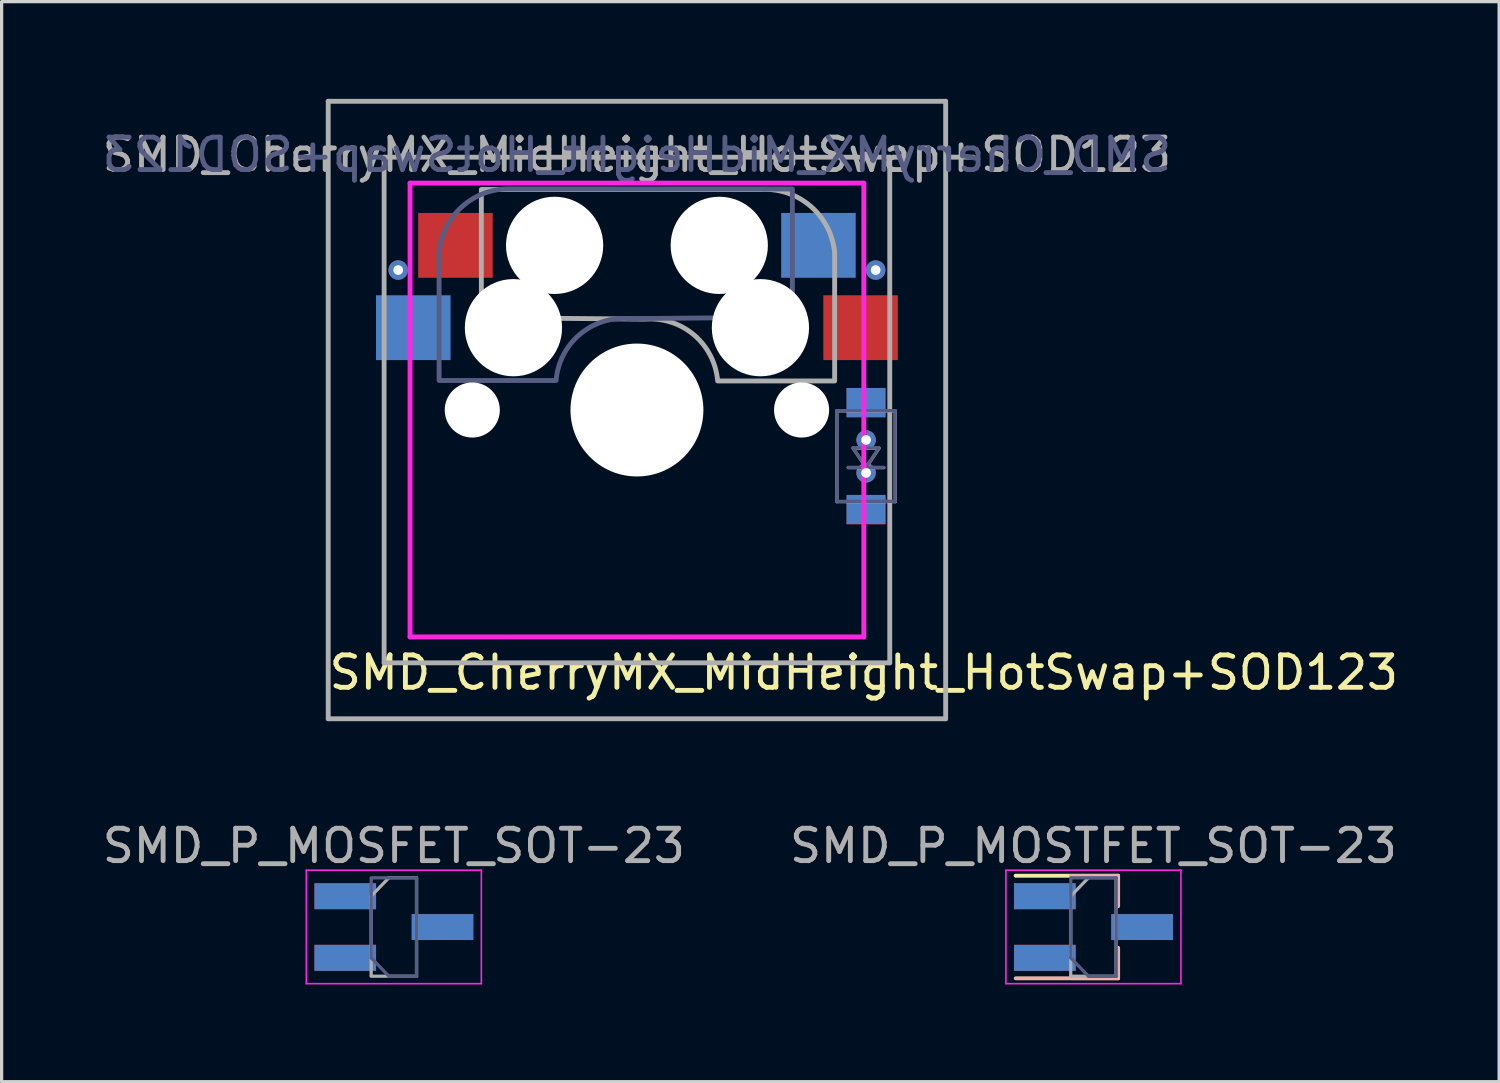
<source format=kicad_pcb>
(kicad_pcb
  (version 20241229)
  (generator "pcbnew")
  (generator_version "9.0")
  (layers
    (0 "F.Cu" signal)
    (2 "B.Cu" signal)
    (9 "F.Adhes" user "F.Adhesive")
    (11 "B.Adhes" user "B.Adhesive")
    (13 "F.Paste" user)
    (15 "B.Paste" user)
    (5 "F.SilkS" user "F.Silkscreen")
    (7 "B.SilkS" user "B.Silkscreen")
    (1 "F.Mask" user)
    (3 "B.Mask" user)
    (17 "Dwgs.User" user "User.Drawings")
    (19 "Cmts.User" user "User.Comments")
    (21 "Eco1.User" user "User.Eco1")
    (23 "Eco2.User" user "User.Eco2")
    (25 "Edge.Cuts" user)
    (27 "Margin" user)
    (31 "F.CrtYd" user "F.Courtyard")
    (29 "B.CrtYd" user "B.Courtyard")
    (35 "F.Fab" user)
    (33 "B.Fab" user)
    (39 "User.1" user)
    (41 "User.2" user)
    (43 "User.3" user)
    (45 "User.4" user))
  (footprint "SMD_P_MOSFET_SOT-23"
    (layer "F.Cu")
    (at 9.101 25.548)
    (property "Reference" "SMD_P_MOSFET_SOT-23" (at 0 -2.5 0) (layer "F.Fab") (effects (font (size 1 1) (thickness 0.15))))
    (attr smd)
    (fp_line (start -2.7 -1.75) (end 2.7 -1.75) (stroke (width 0.05) (type solid)) (layer "F.CrtYd"))
    (fp_line (start -2.7 1.75) (end -2.7 -1.75) (stroke (width 0.05) (type solid)) (layer "F.CrtYd"))
    (fp_line (start 2.7 -1.75) (end 2.7 1.75) (stroke (width 0.05) (type solid)) (layer "F.CrtYd"))
    (fp_line (start 2.7 1.75) (end -2.7 1.75) (stroke (width 0.05) (type solid)) (layer "F.CrtYd"))
    (fp_line (start -0.698 -1.515) (end 0.702 -1.515) (stroke (width 0.1) (type solid)) (layer "B.Fab"))
    (fp_line (start -0.698 0.955) (end -0.698 -1.495) (stroke (width 0.1) (type solid)) (layer "B.Fab"))
    (fp_line (start -0.698 0.955) (end -0.148 1.525) (stroke (width 0.1) (type solid)) (layer "B.Fab"))
    (fp_line (start -0.148 1.525) (end 0.702 1.525) (stroke (width 0.1) (type solid)) (layer "B.Fab"))
    (fp_line (start 0.702 1.525) (end 0.702 -1.515) (stroke (width 0.1) (type solid)) (layer "B.Fab"))
    (fp_line (start -0.7 -0.95) (end -0.7 1.5) (stroke (width 0.1) (type solid)) (layer "F.Fab"))
    (fp_line (start -0.7 -0.95) (end -0.15 -1.52) (stroke (width 0.1) (type solid)) (layer "F.Fab"))
    (fp_line (start -0.7 1.52) (end 0.7 1.52) (stroke (width 0.1) (type solid)) (layer "F.Fab"))
    (fp_line (start -0.15 -1.52) (end 0.7 -1.52) (stroke (width 0.1) (type solid)) (layer "F.Fab"))
    (fp_line (start 0.7 -1.52) (end 0.7 1.52) (stroke (width 0.1) (type solid)) (layer "F.Fab"))
    (pad "1" smd rect (at -1.5 -0.95) (size 1.9 0.8) (layers "F.Cu" "F.Mask" "F.Paste"))
    (pad "1" smd rect (at -1.498 0.955 180) (size 1.9 0.8) (layers "B.Cu" "B.Mask" "B.Paste"))
    (pad "2" smd rect (at -1.5 0.95) (size 1.9 0.8) (layers "F.Cu" "F.Mask" "F.Paste"))
    (pad "2" smd rect (at -1.498 -0.945 180) (size 1.9 0.8) (layers "B.Cu" "B.Mask" "B.Paste"))
    (pad "3" smd rect (at 1.5 0) (size 1.9 0.8) (layers "F.Cu" "F.Mask" "F.Paste"))
    (pad "3" smd rect (at 1.502 0.005 180) (size 1.9 0.8) (layers "B.Cu" "B.Mask" "B.Paste")))
  (footprint "SMD_P_MOSTFET_SOT-23"
    (layer "F.Cu")
    (at 30.685 25.548)
    (property "Reference" "SMD_P_MOSTFET_SOT-23" (at 0 -2.5 0) (layer "F.Fab") (effects (font (size 1 1) (thickness 0.15))))
    (attr smd)
    (fp_line (start 0.76 -1.58) (end -2.4 -1.58) (stroke (width 0.12) (type solid)) (layer "F.SilkS"))
    (fp_line (start 0.76 -1.58) (end 0.76 -0.65) (stroke (width 0.12) (type solid)) (layer "F.SilkS"))
    (fp_line (start 0.76 1.58) (end -0.7 1.58) (stroke (width 0.12) (type solid)) (layer "F.SilkS"))
    (fp_line (start 0.76 1.58) (end 0.76 0.65) (stroke (width 0.12) (type solid)) (layer "F.SilkS"))
    (fp_line (start 0.762 -1.575) (end -0.698 -1.575) (stroke (width 0.12) (type solid)) (layer "B.SilkS"))
    (fp_line (start 0.762 -1.575) (end 0.762 -0.645) (stroke (width 0.12) (type solid)) (layer "B.SilkS"))
    (fp_line (start 0.762 1.585) (end -2.398 1.585) (stroke (width 0.12) (type solid)) (layer "B.SilkS"))
    (fp_line (start 0.762 1.585) (end 0.762 0.655) (stroke (width 0.12) (type solid)) (layer "B.SilkS"))
    (fp_line (start -2.7 -1.75) (end 2.7 -1.75) (stroke (width 0.05) (type solid)) (layer "F.CrtYd"))
    (fp_line (start -2.7 1.75) (end -2.7 -1.75) (stroke (width 0.05) (type solid)) (layer "F.CrtYd"))
    (fp_line (start 2.7 -1.75) (end 2.7 1.75) (stroke (width 0.05) (type solid)) (layer "F.CrtYd"))
    (fp_line (start 2.7 1.75) (end -2.7 1.75) (stroke (width 0.05) (type solid)) (layer "F.CrtYd"))
    (fp_line (start -0.698 -1.515) (end 0.702 -1.515) (stroke (width 0.1) (type solid)) (layer "B.Fab"))
    (fp_line (start -0.698 0.955) (end -0.698 -1.495) (stroke (width 0.1) (type solid)) (layer "B.Fab"))
    (fp_line (start -0.698 0.955) (end -0.148 1.525) (stroke (width 0.1) (type solid)) (layer "B.Fab"))
    (fp_line (start -0.148 1.525) (end 0.702 1.525) (stroke (width 0.1) (type solid)) (layer "B.Fab"))
    (fp_line (start 0.702 1.525) (end 0.702 -1.515) (stroke (width 0.1) (type solid)) (layer "B.Fab"))
    (fp_line (start -0.7 -0.95) (end -0.7 1.5) (stroke (width 0.1) (type solid)) (layer "F.Fab"))
    (fp_line (start -0.7 -0.95) (end -0.15 -1.52) (stroke (width 0.1) (type solid)) (layer "F.Fab"))
    (fp_line (start -0.7 1.52) (end 0.7 1.52) (stroke (width 0.1) (type solid)) (layer "F.Fab"))
    (fp_line (start -0.15 -1.52) (end 0.7 -1.52) (stroke (width 0.1) (type solid)) (layer "F.Fab"))
    (fp_line (start 0.7 -1.52) (end 0.7 1.52) (stroke (width 0.1) (type solid)) (layer "F.Fab"))
    (pad "1" smd rect (at -1.5 -0.95) (size 1.9 0.8) (layers "F.Cu" "F.Mask" "F.Paste"))
    (pad "1" smd rect (at -1.498 0.955 180) (size 1.9 0.8) (layers "B.Cu" "B.Mask" "B.Paste"))
    (pad "2" smd rect (at -1.5 0.95) (size 1.9 0.8) (layers "F.Cu" "F.Mask" "F.Paste"))
    (pad "2" smd rect (at -1.498 -0.945 180) (size 1.9 0.8) (layers "B.Cu" "B.Mask" "B.Paste"))
    (pad "3" smd rect (at 1.5 0) (size 1.9 0.8) (layers "F.Cu" "F.Mask" "F.Paste"))
    (pad "3" smd rect (at 1.502 0.005 180) (size 1.9 0.8) (layers "B.Cu" "B.Mask" "B.Paste")))
  (footprint "SMD_CherryMX_MidHeight_HotSwap+SOD123"
    (layer "F.Cu")
    (at 16.601 9.6)
    (property "Reference" "SMD_CherryMX_MidHeight_HotSwap+SOD123" (at 7 8.1 0) (layer "F.SilkS") (effects (font (size 1 1) (thickness 0.15))))
    (attr through_hole)
    (fp_line (start -7 -7) (end 7 -7) (stroke (width 0.15) (type solid)) (layer "F.CrtYd"))
    (fp_line (start -7 7) (end -7 -7) (stroke (width 0.15) (type solid)) (layer "F.CrtYd"))
    (fp_line (start 7 -7) (end 7 7) (stroke (width 0.15) (type solid)) (layer "F.CrtYd"))
    (fp_line (start 7 7) (end -7 7) (stroke (width 0.15) (type solid)) (layer "F.CrtYd"))
    (fp_line (start 6.167 0.019) (end 6.167 2.819) (stroke (width 0.1) (type solid)) (layer "B.Fab"))
    (fp_line (start 6.167 2.819) (end 7.967 2.819) (stroke (width 0.1) (type solid)) (layer "B.Fab"))
    (fp_line (start 6.667 1.169) (end 7.067 1.769) (stroke (width 0.1) (type solid)) (layer "B.Fab"))
    (fp_line (start 7.067 1.169) (end 7.067 0.669) (stroke (width 0.1) (type solid)) (layer "B.Fab"))
    (fp_line (start 7.067 1.769) (end 6.517 1.769) (stroke (width 0.1) (type solid)) (layer "B.Fab"))
    (fp_line (start 7.067 1.769) (end 7.467 1.169) (stroke (width 0.1) (type solid)) (layer "B.Fab"))
    (fp_line (start 7.067 1.769) (end 7.617 1.769) (stroke (width 0.1) (type solid)) (layer "B.Fab"))
    (fp_line (start 7.067 2.169) (end 7.067 1.769) (stroke (width 0.1) (type solid)) (layer "B.Fab"))
    (fp_line (start 7.467 1.169) (end 6.667 1.169) (stroke (width 0.1) (type solid)) (layer "B.Fab"))
    (fp_line (start 7.967 0.019) (end 6.167 0.019) (stroke (width 0.1) (type solid)) (layer "B.Fab"))
    (fp_line (start 7.967 2.819) (end 7.967 0.019) (stroke (width 0.1) (type solid)) (layer "B.Fab"))
    (fp_poly (pts (xy -6.104 -0.911) (arc (start -6.104 -4.8654) (mid -5.362289 -6.303208) (end -3.829 -6.8194)) (xy 4.796 -6.819) (xy 4.796 -2.865) (arc (start -0.254 -2.8194) (mid -1.768403 -2.328431) (end -2.494 -0.9114))) (stroke (width 0.15) (type solid)) (fill no) (layer "B.Fab"))
    (fp_line (start -9.525 -9.525) (end -9.525 9.525) (stroke (width 0.15) (type solid)) (layer "F.Fab"))
    (fp_line (start -9.525 9.525) (end 9.525 9.525) (stroke (width 0.15) (type solid)) (layer "F.Fab"))
    (fp_line (start -7.8 -7.8) (end 7.8 -7.8) (stroke (width 0.15) (type solid)) (layer "F.Fab"))
    (fp_line (start -7.8 7.8) (end -7.8 -7.8) (stroke (width 0.15) (type solid)) (layer "F.Fab"))
    (fp_line (start 6.17 0.028) (end 7.97 0.028) (stroke (width 0.1) (type solid)) (layer "F.Fab"))
    (fp_line (start 6.17 2.828) (end 6.17 0.028) (stroke (width 0.1) (type solid)) (layer "F.Fab"))
    (fp_line (start 6.67 1.178) (end 7.47 1.178) (stroke (width 0.1) (type solid)) (layer "F.Fab"))
    (fp_line (start 7.07 1.178) (end 7.07 0.678) (stroke (width 0.1) (type solid)) (layer "F.Fab"))
    (fp_line (start 7.07 1.778) (end 6.52 1.778) (stroke (width 0.1) (type solid)) (layer "F.Fab"))
    (fp_line (start 7.07 1.778) (end 6.67 1.178) (stroke (width 0.1) (type solid)) (layer "F.Fab"))
    (fp_line (start 7.07 1.778) (end 7.62 1.778) (stroke (width 0.1) (type solid)) (layer "F.Fab"))
    (fp_line (start 7.07 2.178) (end 7.07 1.778) (stroke (width 0.1) (type solid)) (layer "F.Fab"))
    (fp_line (start 7.47 1.178) (end 7.07 1.778) (stroke (width 0.1) (type solid)) (layer "F.Fab"))
    (fp_line (start 7.8 -7.8) (end 7.8 7.8) (stroke (width 0.15) (type solid)) (layer "F.Fab"))
    (fp_line (start 7.8 7.8) (end -7.8 7.8) (stroke (width 0.15) (type solid)) (layer "F.Fab"))
    (fp_line (start 7.97 0.028) (end 7.97 2.828) (stroke (width 0.1) (type solid)) (layer "F.Fab"))
    (fp_line (start 7.97 2.828) (end 6.17 2.828) (stroke (width 0.1) (type solid)) (layer "F.Fab"))
    (fp_line (start 9.525 -9.525) (end -9.525 -9.525) (stroke (width 0.15) (type solid)) (layer "F.Fab"))
    (fp_line (start 9.525 9.525) (end 9.525 -9.525) (stroke (width 0.15) (type solid)) (layer "F.Fab"))
    (fp_poly (pts (xy 6.1 -0.896) (arc (start 6.1 -4.85) (mid 5.358289 -6.287808) (end 3.825 -6.804)) (xy -4.8 -6.804) (xy -4.8 -2.85) (arc (start 0.25 -2.804) (mid 1.764403 -2.313031) (end 2.49 -0.896))) (stroke (width 0.15) (type solid)) (fill no) (layer "F.Fab"))
    (fp_text user "${REFERENCE}" (at 0 -7.874 180) (layer "B.Fab") (effects (font (size 1 1) (thickness 0.15)) (justify mirror)))
    (fp_text user "${REFERENCE}" (at 0 -7.874 0) (layer "F.Fab") (effects (font (size 1 1) (thickness 0.15))))
    (pad "" np_thru_hole circle (at -5.08 0) (size 1.7 1.7) (drill 1.7) (layers "*.Cu" "*.Mask"))
    (pad "" np_thru_hole circle (at -3.81 -2.54 180) (size 3 3) (drill 3) (layers "*.Cu" "*.Mask"))
    (pad "" np_thru_hole circle (at -2.54 -5.08 180) (size 3 3) (drill 3) (layers "*.Cu" "*.Mask"))
    (pad "" np_thru_hole circle (at 0 0 90) (size 4.1 4.1) (drill 4.1) (layers "*.Cu" "*.Mask"))
    (pad "" np_thru_hole circle (at 2.54 -5.08 180) (size 3 3) (drill 3) (layers "*.Cu" "*.Mask"))
    (pad "" np_thru_hole circle (at 3.81 -2.54 180) (size 3 3) (drill 3) (layers "*.Cu" "*.Mask"))
    (pad "" np_thru_hole circle (at 5.08 0) (size 1.7 1.7) (drill 1.7) (layers "*.Cu" "*.Mask"))
    (pad "1" thru_hole circle (at -7.366 -4.318 180) (size 0.6 0.6) (drill 0.3) (layers "*.Cu"))
    (pad "1" smd rect (at -6.9 -2.54 180) (size 2.3 2) (layers "B.Cu" "B.Mask" "B.Paste"))
    (pad "1" smd rect (at -5.6 -5.08 180) (size 2.3 2) (layers "F.Cu" "F.Mask" "F.Paste"))
    (pad "2" smd rect (at 5.6 -5.08 180) (size 2.3 2) (layers "B.Cu" "B.Mask" "B.Paste"))
    (pad "2" smd rect (at 6.9 -2.54 180) (size 2.3 2) (layers "F.Cu" "F.Mask" "F.Paste"))
    (pad "2" smd rect (at 7.067 -0.231 270) (size 0.9 1.2) (layers "B.Cu" "B.Mask" "B.Paste"))
    (pad "2" smd rect (at 7.07 -0.222 90) (size 0.9 1.2) (layers "F.Cu" "F.Mask" "F.Paste"))
    (pad "2" thru_hole circle (at 7.07 0.924 180) (size 0.6 0.6) (drill 0.3) (layers "*.Cu" "*.Mask"))
    (pad "2" thru_hole circle (at 7.366 -4.318 180) (size 0.6 0.6) (drill 0.3) (layers "*.Cu" "*.Mask"))
    (pad "3" smd rect (at 7.067 3.069 270) (size 0.9 1.2) (layers "B.Cu" "B.Mask" "B.Paste"))
    (pad "3" thru_hole circle (at 7.07 1.94 90) (size 0.6 0.6) (drill 0.3) (layers "*.Cu" "*.Mask"))
    (pad "3" smd rect (at 7.07 3.078 90) (size 0.9 1.2) (layers "F.Cu" "F.Mask" "F.Paste")))
  (gr_rect
    (start -3 -3)
    (end 43.202 30.323)
    (stroke (width 0.1) (type default))
    (fill no)
    (layer "Edge.Cuts")))
</source>
